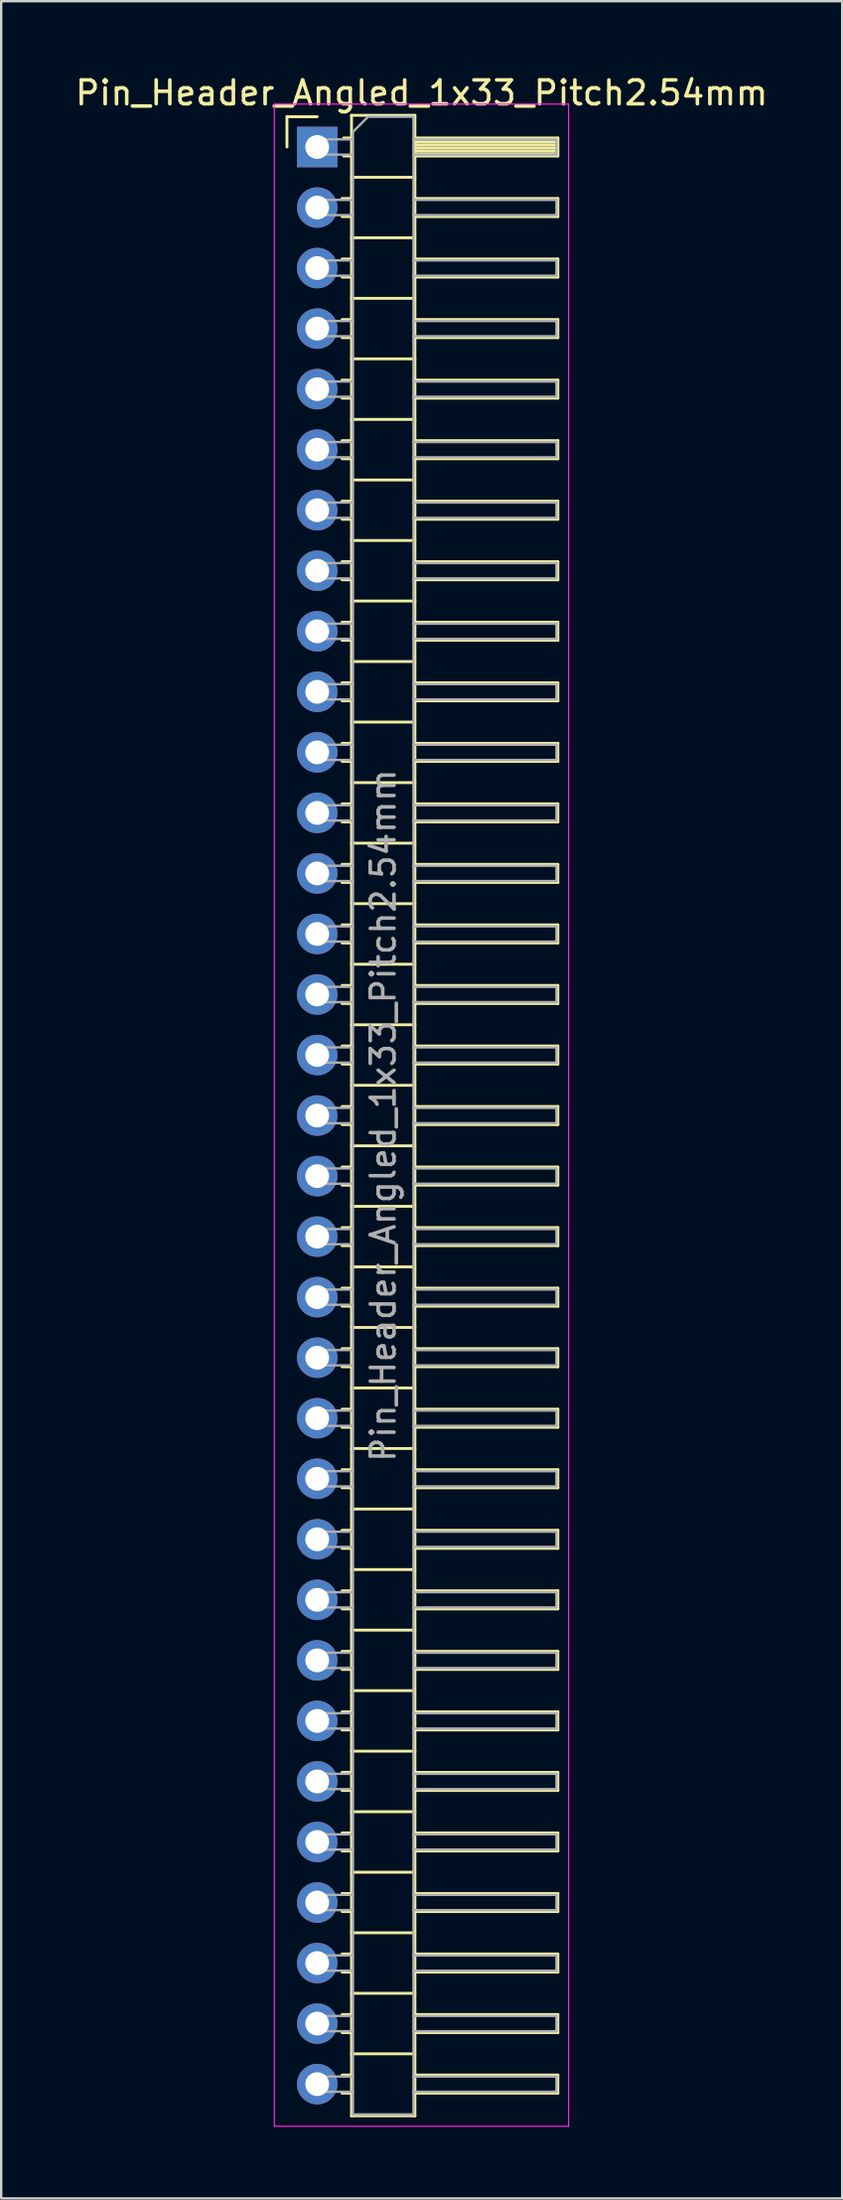
<source format=kicad_pcb>
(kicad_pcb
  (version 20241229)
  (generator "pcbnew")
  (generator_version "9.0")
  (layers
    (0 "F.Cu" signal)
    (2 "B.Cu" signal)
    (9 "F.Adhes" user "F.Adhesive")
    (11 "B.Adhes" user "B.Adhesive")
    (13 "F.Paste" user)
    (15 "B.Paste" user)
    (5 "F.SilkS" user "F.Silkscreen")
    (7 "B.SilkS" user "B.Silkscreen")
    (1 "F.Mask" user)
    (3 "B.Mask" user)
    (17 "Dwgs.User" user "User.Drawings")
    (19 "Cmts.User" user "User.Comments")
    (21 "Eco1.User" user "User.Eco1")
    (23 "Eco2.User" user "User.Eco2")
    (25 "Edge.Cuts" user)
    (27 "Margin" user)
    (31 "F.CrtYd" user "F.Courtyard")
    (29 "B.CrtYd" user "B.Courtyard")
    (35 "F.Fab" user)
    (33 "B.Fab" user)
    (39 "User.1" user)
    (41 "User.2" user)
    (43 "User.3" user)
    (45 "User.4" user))
  (footprint "Pin_Header_Angled_1x33_Pitch2.54mm"
    (layer "F.Cu")
    (at 10.264 3.118)
    (property "Reference" "Pin_Header_Angled_1x33_Pitch2.54mm" (at 4.385 -2.27 0) (layer "F.SilkS") (effects (font (size 1 1) (thickness 0.15))))
    (attr through_hole)
    (fp_line (start -1.27 -1.27) (end 0 -1.27) (stroke (width 0.12) (type solid)) (layer "F.SilkS"))
    (fp_line (start -1.27 0) (end -1.27 -1.27) (stroke (width 0.12) (type solid)) (layer "F.SilkS"))
    (fp_line (start 1.043 2.16) (end 1.44 2.16) (stroke (width 0.12) (type solid)) (layer "F.SilkS"))
    (fp_line (start 1.043 2.92) (end 1.44 2.92) (stroke (width 0.12) (type solid)) (layer "F.SilkS"))
    (fp_line (start 1.043 4.7) (end 1.44 4.7) (stroke (width 0.12) (type solid)) (layer "F.SilkS"))
    (fp_line (start 1.043 5.46) (end 1.44 5.46) (stroke (width 0.12) (type solid)) (layer "F.SilkS"))
    (fp_line (start 1.043 7.24) (end 1.44 7.24) (stroke (width 0.12) (type solid)) (layer "F.SilkS"))
    (fp_line (start 1.043 8) (end 1.44 8) (stroke (width 0.12) (type solid)) (layer "F.SilkS"))
    (fp_line (start 1.043 9.78) (end 1.44 9.78) (stroke (width 0.12) (type solid)) (layer "F.SilkS"))
    (fp_line (start 1.043 10.54) (end 1.44 10.54) (stroke (width 0.12) (type solid)) (layer "F.SilkS"))
    (fp_line (start 1.043 12.32) (end 1.44 12.32) (stroke (width 0.12) (type solid)) (layer "F.SilkS"))
    (fp_line (start 1.043 13.08) (end 1.44 13.08) (stroke (width 0.12) (type solid)) (layer "F.SilkS"))
    (fp_line (start 1.043 14.86) (end 1.44 14.86) (stroke (width 0.12) (type solid)) (layer "F.SilkS"))
    (fp_line (start 1.043 15.62) (end 1.44 15.62) (stroke (width 0.12) (type solid)) (layer "F.SilkS"))
    (fp_line (start 1.043 17.4) (end 1.44 17.4) (stroke (width 0.12) (type solid)) (layer "F.SilkS"))
    (fp_line (start 1.043 18.16) (end 1.44 18.16) (stroke (width 0.12) (type solid)) (layer "F.SilkS"))
    (fp_line (start 1.043 19.94) (end 1.44 19.94) (stroke (width 0.12) (type solid)) (layer "F.SilkS"))
    (fp_line (start 1.043 20.7) (end 1.44 20.7) (stroke (width 0.12) (type solid)) (layer "F.SilkS"))
    (fp_line (start 1.043 22.48) (end 1.44 22.48) (stroke (width 0.12) (type solid)) (layer "F.SilkS"))
    (fp_line (start 1.043 23.24) (end 1.44 23.24) (stroke (width 0.12) (type solid)) (layer "F.SilkS"))
    (fp_line (start 1.043 25.02) (end 1.44 25.02) (stroke (width 0.12) (type solid)) (layer "F.SilkS"))
    (fp_line (start 1.043 25.78) (end 1.44 25.78) (stroke (width 0.12) (type solid)) (layer "F.SilkS"))
    (fp_line (start 1.043 27.56) (end 1.44 27.56) (stroke (width 0.12) (type solid)) (layer "F.SilkS"))
    (fp_line (start 1.043 28.32) (end 1.44 28.32) (stroke (width 0.12) (type solid)) (layer "F.SilkS"))
    (fp_line (start 1.043 30.1) (end 1.44 30.1) (stroke (width 0.12) (type solid)) (layer "F.SilkS"))
    (fp_line (start 1.043 30.86) (end 1.44 30.86) (stroke (width 0.12) (type solid)) (layer "F.SilkS"))
    (fp_line (start 1.043 32.64) (end 1.44 32.64) (stroke (width 0.12) (type solid)) (layer "F.SilkS"))
    (fp_line (start 1.043 33.4) (end 1.44 33.4) (stroke (width 0.12) (type solid)) (layer "F.SilkS"))
    (fp_line (start 1.043 35.18) (end 1.44 35.18) (stroke (width 0.12) (type solid)) (layer "F.SilkS"))
    (fp_line (start 1.043 35.94) (end 1.44 35.94) (stroke (width 0.12) (type solid)) (layer "F.SilkS"))
    (fp_line (start 1.043 37.72) (end 1.44 37.72) (stroke (width 0.12) (type solid)) (layer "F.SilkS"))
    (fp_line (start 1.043 38.48) (end 1.44 38.48) (stroke (width 0.12) (type solid)) (layer "F.SilkS"))
    (fp_line (start 1.043 40.26) (end 1.44 40.26) (stroke (width 0.12) (type solid)) (layer "F.SilkS"))
    (fp_line (start 1.043 41.02) (end 1.44 41.02) (stroke (width 0.12) (type solid)) (layer "F.SilkS"))
    (fp_line (start 1.043 42.8) (end 1.44 42.8) (stroke (width 0.12) (type solid)) (layer "F.SilkS"))
    (fp_line (start 1.043 43.56) (end 1.44 43.56) (stroke (width 0.12) (type solid)) (layer "F.SilkS"))
    (fp_line (start 1.043 45.34) (end 1.44 45.34) (stroke (width 0.12) (type solid)) (layer "F.SilkS"))
    (fp_line (start 1.043 46.1) (end 1.44 46.1) (stroke (width 0.12) (type solid)) (layer "F.SilkS"))
    (fp_line (start 1.043 47.88) (end 1.44 47.88) (stroke (width 0.12) (type solid)) (layer "F.SilkS"))
    (fp_line (start 1.043 48.64) (end 1.44 48.64) (stroke (width 0.12) (type solid)) (layer "F.SilkS"))
    (fp_line (start 1.043 50.42) (end 1.44 50.42) (stroke (width 0.12) (type solid)) (layer "F.SilkS"))
    (fp_line (start 1.043 51.18) (end 1.44 51.18) (stroke (width 0.12) (type solid)) (layer "F.SilkS"))
    (fp_line (start 1.043 52.96) (end 1.44 52.96) (stroke (width 0.12) (type solid)) (layer "F.SilkS"))
    (fp_line (start 1.043 53.72) (end 1.44 53.72) (stroke (width 0.12) (type solid)) (layer "F.SilkS"))
    (fp_line (start 1.043 55.5) (end 1.44 55.5) (stroke (width 0.12) (type solid)) (layer "F.SilkS"))
    (fp_line (start 1.043 56.26) (end 1.44 56.26) (stroke (width 0.12) (type solid)) (layer "F.SilkS"))
    (fp_line (start 1.043 58.04) (end 1.44 58.04) (stroke (width 0.12) (type solid)) (layer "F.SilkS"))
    (fp_line (start 1.043 58.8) (end 1.44 58.8) (stroke (width 0.12) (type solid)) (layer "F.SilkS"))
    (fp_line (start 1.043 60.58) (end 1.44 60.58) (stroke (width 0.12) (type solid)) (layer "F.SilkS"))
    (fp_line (start 1.043 61.34) (end 1.44 61.34) (stroke (width 0.12) (type solid)) (layer "F.SilkS"))
    (fp_line (start 1.043 63.12) (end 1.44 63.12) (stroke (width 0.12) (type solid)) (layer "F.SilkS"))
    (fp_line (start 1.043 63.88) (end 1.44 63.88) (stroke (width 0.12) (type solid)) (layer "F.SilkS"))
    (fp_line (start 1.043 65.66) (end 1.44 65.66) (stroke (width 0.12) (type solid)) (layer "F.SilkS"))
    (fp_line (start 1.043 66.42) (end 1.44 66.42) (stroke (width 0.12) (type solid)) (layer "F.SilkS"))
    (fp_line (start 1.043 68.2) (end 1.44 68.2) (stroke (width 0.12) (type solid)) (layer "F.SilkS"))
    (fp_line (start 1.043 68.96) (end 1.44 68.96) (stroke (width 0.12) (type solid)) (layer "F.SilkS"))
    (fp_line (start 1.043 70.74) (end 1.44 70.74) (stroke (width 0.12) (type solid)) (layer "F.SilkS"))
    (fp_line (start 1.043 71.5) (end 1.44 71.5) (stroke (width 0.12) (type solid)) (layer "F.SilkS"))
    (fp_line (start 1.043 73.28) (end 1.44 73.28) (stroke (width 0.12) (type solid)) (layer "F.SilkS"))
    (fp_line (start 1.043 74.04) (end 1.44 74.04) (stroke (width 0.12) (type solid)) (layer "F.SilkS"))
    (fp_line (start 1.043 75.82) (end 1.44 75.82) (stroke (width 0.12) (type solid)) (layer "F.SilkS"))
    (fp_line (start 1.043 76.58) (end 1.44 76.58) (stroke (width 0.12) (type solid)) (layer "F.SilkS"))
    (fp_line (start 1.043 78.36) (end 1.44 78.36) (stroke (width 0.12) (type solid)) (layer "F.SilkS"))
    (fp_line (start 1.043 79.12) (end 1.44 79.12) (stroke (width 0.12) (type solid)) (layer "F.SilkS"))
    (fp_line (start 1.043 80.9) (end 1.44 80.9) (stroke (width 0.12) (type solid)) (layer "F.SilkS"))
    (fp_line (start 1.043 81.66) (end 1.44 81.66) (stroke (width 0.12) (type solid)) (layer "F.SilkS"))
    (fp_line (start 1.11 -0.38) (end 1.44 -0.38) (stroke (width 0.12) (type solid)) (layer "F.SilkS"))
    (fp_line (start 1.11 0.38) (end 1.44 0.38) (stroke (width 0.12) (type solid)) (layer "F.SilkS"))
    (fp_line (start 1.44 -1.33) (end 1.44 82.61) (stroke (width 0.12) (type solid)) (layer "F.SilkS"))
    (fp_line (start 1.44 1.27) (end 4.1 1.27) (stroke (width 0.12) (type solid)) (layer "F.SilkS"))
    (fp_line (start 1.44 3.81) (end 4.1 3.81) (stroke (width 0.12) (type solid)) (layer "F.SilkS"))
    (fp_line (start 1.44 6.35) (end 4.1 6.35) (stroke (width 0.12) (type solid)) (layer "F.SilkS"))
    (fp_line (start 1.44 8.89) (end 4.1 8.89) (stroke (width 0.12) (type solid)) (layer "F.SilkS"))
    (fp_line (start 1.44 11.43) (end 4.1 11.43) (stroke (width 0.12) (type solid)) (layer "F.SilkS"))
    (fp_line (start 1.44 13.97) (end 4.1 13.97) (stroke (width 0.12) (type solid)) (layer "F.SilkS"))
    (fp_line (start 1.44 16.51) (end 4.1 16.51) (stroke (width 0.12) (type solid)) (layer "F.SilkS"))
    (fp_line (start 1.44 19.05) (end 4.1 19.05) (stroke (width 0.12) (type solid)) (layer "F.SilkS"))
    (fp_line (start 1.44 21.59) (end 4.1 21.59) (stroke (width 0.12) (type solid)) (layer "F.SilkS"))
    (fp_line (start 1.44 24.13) (end 4.1 24.13) (stroke (width 0.12) (type solid)) (layer "F.SilkS"))
    (fp_line (start 1.44 26.67) (end 4.1 26.67) (stroke (width 0.12) (type solid)) (layer "F.SilkS"))
    (fp_line (start 1.44 29.21) (end 4.1 29.21) (stroke (width 0.12) (type solid)) (layer "F.SilkS"))
    (fp_line (start 1.44 31.75) (end 4.1 31.75) (stroke (width 0.12) (type solid)) (layer "F.SilkS"))
    (fp_line (start 1.44 34.29) (end 4.1 34.29) (stroke (width 0.12) (type solid)) (layer "F.SilkS"))
    (fp_line (start 1.44 36.83) (end 4.1 36.83) (stroke (width 0.12) (type solid)) (layer "F.SilkS"))
    (fp_line (start 1.44 39.37) (end 4.1 39.37) (stroke (width 0.12) (type solid)) (layer "F.SilkS"))
    (fp_line (start 1.44 41.91) (end 4.1 41.91) (stroke (width 0.12) (type solid)) (layer "F.SilkS"))
    (fp_line (start 1.44 44.45) (end 4.1 44.45) (stroke (width 0.12) (type solid)) (layer "F.SilkS"))
    (fp_line (start 1.44 46.99) (end 4.1 46.99) (stroke (width 0.12) (type solid)) (layer "F.SilkS"))
    (fp_line (start 1.44 49.53) (end 4.1 49.53) (stroke (width 0.12) (type solid)) (layer "F.SilkS"))
    (fp_line (start 1.44 52.07) (end 4.1 52.07) (stroke (width 0.12) (type solid)) (layer "F.SilkS"))
    (fp_line (start 1.44 54.61) (end 4.1 54.61) (stroke (width 0.12) (type solid)) (layer "F.SilkS"))
    (fp_line (start 1.44 57.15) (end 4.1 57.15) (stroke (width 0.12) (type solid)) (layer "F.SilkS"))
    (fp_line (start 1.44 59.69) (end 4.1 59.69) (stroke (width 0.12) (type solid)) (layer "F.SilkS"))
    (fp_line (start 1.44 62.23) (end 4.1 62.23) (stroke (width 0.12) (type solid)) (layer "F.SilkS"))
    (fp_line (start 1.44 64.77) (end 4.1 64.77) (stroke (width 0.12) (type solid)) (layer "F.SilkS"))
    (fp_line (start 1.44 67.31) (end 4.1 67.31) (stroke (width 0.12) (type solid)) (layer "F.SilkS"))
    (fp_line (start 1.44 69.85) (end 4.1 69.85) (stroke (width 0.12) (type solid)) (layer "F.SilkS"))
    (fp_line (start 1.44 72.39) (end 4.1 72.39) (stroke (width 0.12) (type solid)) (layer "F.SilkS"))
    (fp_line (start 1.44 74.93) (end 4.1 74.93) (stroke (width 0.12) (type solid)) (layer "F.SilkS"))
    (fp_line (start 1.44 77.47) (end 4.1 77.47) (stroke (width 0.12) (type solid)) (layer "F.SilkS"))
    (fp_line (start 1.44 80.01) (end 4.1 80.01) (stroke (width 0.12) (type solid)) (layer "F.SilkS"))
    (fp_line (start 1.44 82.61) (end 4.1 82.61) (stroke (width 0.12) (type solid)) (layer "F.SilkS"))
    (fp_line (start 4.1 -1.33) (end 1.44 -1.33) (stroke (width 0.12) (type solid)) (layer "F.SilkS"))
    (fp_line (start 4.1 -0.38) (end 10.1 -0.38) (stroke (width 0.12) (type solid)) (layer "F.SilkS"))
    (fp_line (start 4.1 -0.32) (end 10.1 -0.32) (stroke (width 0.12) (type solid)) (layer "F.SilkS"))
    (fp_line (start 4.1 -0.2) (end 10.1 -0.2) (stroke (width 0.12) (type solid)) (layer "F.SilkS"))
    (fp_line (start 4.1 -0.08) (end 10.1 -0.08) (stroke (width 0.12) (type solid)) (layer "F.SilkS"))
    (fp_line (start 4.1 0.04) (end 10.1 0.04) (stroke (width 0.12) (type solid)) (layer "F.SilkS"))
    (fp_line (start 4.1 0.16) (end 10.1 0.16) (stroke (width 0.12) (type solid)) (layer "F.SilkS"))
    (fp_line (start 4.1 0.28) (end 10.1 0.28) (stroke (width 0.12) (type solid)) (layer "F.SilkS"))
    (fp_line (start 4.1 2.16) (end 10.1 2.16) (stroke (width 0.12) (type solid)) (layer "F.SilkS"))
    (fp_line (start 4.1 4.7) (end 10.1 4.7) (stroke (width 0.12) (type solid)) (layer "F.SilkS"))
    (fp_line (start 4.1 7.24) (end 10.1 7.24) (stroke (width 0.12) (type solid)) (layer "F.SilkS"))
    (fp_line (start 4.1 9.78) (end 10.1 9.78) (stroke (width 0.12) (type solid)) (layer "F.SilkS"))
    (fp_line (start 4.1 12.32) (end 10.1 12.32) (stroke (width 0.12) (type solid)) (layer "F.SilkS"))
    (fp_line (start 4.1 14.86) (end 10.1 14.86) (stroke (width 0.12) (type solid)) (layer "F.SilkS"))
    (fp_line (start 4.1 17.4) (end 10.1 17.4) (stroke (width 0.12) (type solid)) (layer "F.SilkS"))
    (fp_line (start 4.1 19.94) (end 10.1 19.94) (stroke (width 0.12) (type solid)) (layer "F.SilkS"))
    (fp_line (start 4.1 22.48) (end 10.1 22.48) (stroke (width 0.12) (type solid)) (layer "F.SilkS"))
    (fp_line (start 4.1 25.02) (end 10.1 25.02) (stroke (width 0.12) (type solid)) (layer "F.SilkS"))
    (fp_line (start 4.1 27.56) (end 10.1 27.56) (stroke (width 0.12) (type solid)) (layer "F.SilkS"))
    (fp_line (start 4.1 30.1) (end 10.1 30.1) (stroke (width 0.12) (type solid)) (layer "F.SilkS"))
    (fp_line (start 4.1 32.64) (end 10.1 32.64) (stroke (width 0.12) (type solid)) (layer "F.SilkS"))
    (fp_line (start 4.1 35.18) (end 10.1 35.18) (stroke (width 0.12) (type solid)) (layer "F.SilkS"))
    (fp_line (start 4.1 37.72) (end 10.1 37.72) (stroke (width 0.12) (type solid)) (layer "F.SilkS"))
    (fp_line (start 4.1 40.26) (end 10.1 40.26) (stroke (width 0.12) (type solid)) (layer "F.SilkS"))
    (fp_line (start 4.1 42.8) (end 10.1 42.8) (stroke (width 0.12) (type solid)) (layer "F.SilkS"))
    (fp_line (start 4.1 45.34) (end 10.1 45.34) (stroke (width 0.12) (type solid)) (layer "F.SilkS"))
    (fp_line (start 4.1 47.88) (end 10.1 47.88) (stroke (width 0.12) (type solid)) (layer "F.SilkS"))
    (fp_line (start 4.1 50.42) (end 10.1 50.42) (stroke (width 0.12) (type solid)) (layer "F.SilkS"))
    (fp_line (start 4.1 52.96) (end 10.1 52.96) (stroke (width 0.12) (type solid)) (layer "F.SilkS"))
    (fp_line (start 4.1 55.5) (end 10.1 55.5) (stroke (width 0.12) (type solid)) (layer "F.SilkS"))
    (fp_line (start 4.1 58.04) (end 10.1 58.04) (stroke (width 0.12) (type solid)) (layer "F.SilkS"))
    (fp_line (start 4.1 60.58) (end 10.1 60.58) (stroke (width 0.12) (type solid)) (layer "F.SilkS"))
    (fp_line (start 4.1 63.12) (end 10.1 63.12) (stroke (width 0.12) (type solid)) (layer "F.SilkS"))
    (fp_line (start 4.1 65.66) (end 10.1 65.66) (stroke (width 0.12) (type solid)) (layer "F.SilkS"))
    (fp_line (start 4.1 68.2) (end 10.1 68.2) (stroke (width 0.12) (type solid)) (layer "F.SilkS"))
    (fp_line (start 4.1 70.74) (end 10.1 70.74) (stroke (width 0.12) (type solid)) (layer "F.SilkS"))
    (fp_line (start 4.1 73.28) (end 10.1 73.28) (stroke (width 0.12) (type solid)) (layer "F.SilkS"))
    (fp_line (start 4.1 75.82) (end 10.1 75.82) (stroke (width 0.12) (type solid)) (layer "F.SilkS"))
    (fp_line (start 4.1 78.36) (end 10.1 78.36) (stroke (width 0.12) (type solid)) (layer "F.SilkS"))
    (fp_line (start 4.1 80.9) (end 10.1 80.9) (stroke (width 0.12) (type solid)) (layer "F.SilkS"))
    (fp_line (start 4.1 82.61) (end 4.1 -1.33) (stroke (width 0.12) (type solid)) (layer "F.SilkS"))
    (fp_line (start 10.1 -0.38) (end 10.1 0.38) (stroke (width 0.12) (type solid)) (layer "F.SilkS"))
    (fp_line (start 10.1 0.38) (end 4.1 0.38) (stroke (width 0.12) (type solid)) (layer "F.SilkS"))
    (fp_line (start 10.1 2.16) (end 10.1 2.92) (stroke (width 0.12) (type solid)) (layer "F.SilkS"))
    (fp_line (start 10.1 2.92) (end 4.1 2.92) (stroke (width 0.12) (type solid)) (layer "F.SilkS"))
    (fp_line (start 10.1 4.7) (end 10.1 5.46) (stroke (width 0.12) (type solid)) (layer "F.SilkS"))
    (fp_line (start 10.1 5.46) (end 4.1 5.46) (stroke (width 0.12) (type solid)) (layer "F.SilkS"))
    (fp_line (start 10.1 7.24) (end 10.1 8) (stroke (width 0.12) (type solid)) (layer "F.SilkS"))
    (fp_line (start 10.1 8) (end 4.1 8) (stroke (width 0.12) (type solid)) (layer "F.SilkS"))
    (fp_line (start 10.1 9.78) (end 10.1 10.54) (stroke (width 0.12) (type solid)) (layer "F.SilkS"))
    (fp_line (start 10.1 10.54) (end 4.1 10.54) (stroke (width 0.12) (type solid)) (layer "F.SilkS"))
    (fp_line (start 10.1 12.32) (end 10.1 13.08) (stroke (width 0.12) (type solid)) (layer "F.SilkS"))
    (fp_line (start 10.1 13.08) (end 4.1 13.08) (stroke (width 0.12) (type solid)) (layer "F.SilkS"))
    (fp_line (start 10.1 14.86) (end 10.1 15.62) (stroke (width 0.12) (type solid)) (layer "F.SilkS"))
    (fp_line (start 10.1 15.62) (end 4.1 15.62) (stroke (width 0.12) (type solid)) (layer "F.SilkS"))
    (fp_line (start 10.1 17.4) (end 10.1 18.16) (stroke (width 0.12) (type solid)) (layer "F.SilkS"))
    (fp_line (start 10.1 18.16) (end 4.1 18.16) (stroke (width 0.12) (type solid)) (layer "F.SilkS"))
    (fp_line (start 10.1 19.94) (end 10.1 20.7) (stroke (width 0.12) (type solid)) (layer "F.SilkS"))
    (fp_line (start 10.1 20.7) (end 4.1 20.7) (stroke (width 0.12) (type solid)) (layer "F.SilkS"))
    (fp_line (start 10.1 22.48) (end 10.1 23.24) (stroke (width 0.12) (type solid)) (layer "F.SilkS"))
    (fp_line (start 10.1 23.24) (end 4.1 23.24) (stroke (width 0.12) (type solid)) (layer "F.SilkS"))
    (fp_line (start 10.1 25.02) (end 10.1 25.78) (stroke (width 0.12) (type solid)) (layer "F.SilkS"))
    (fp_line (start 10.1 25.78) (end 4.1 25.78) (stroke (width 0.12) (type solid)) (layer "F.SilkS"))
    (fp_line (start 10.1 27.56) (end 10.1 28.32) (stroke (width 0.12) (type solid)) (layer "F.SilkS"))
    (fp_line (start 10.1 28.32) (end 4.1 28.32) (stroke (width 0.12) (type solid)) (layer "F.SilkS"))
    (fp_line (start 10.1 30.1) (end 10.1 30.86) (stroke (width 0.12) (type solid)) (layer "F.SilkS"))
    (fp_line (start 10.1 30.86) (end 4.1 30.86) (stroke (width 0.12) (type solid)) (layer "F.SilkS"))
    (fp_line (start 10.1 32.64) (end 10.1 33.4) (stroke (width 0.12) (type solid)) (layer "F.SilkS"))
    (fp_line (start 10.1 33.4) (end 4.1 33.4) (stroke (width 0.12) (type solid)) (layer "F.SilkS"))
    (fp_line (start 10.1 35.18) (end 10.1 35.94) (stroke (width 0.12) (type solid)) (layer "F.SilkS"))
    (fp_line (start 10.1 35.94) (end 4.1 35.94) (stroke (width 0.12) (type solid)) (layer "F.SilkS"))
    (fp_line (start 10.1 37.72) (end 10.1 38.48) (stroke (width 0.12) (type solid)) (layer "F.SilkS"))
    (fp_line (start 10.1 38.48) (end 4.1 38.48) (stroke (width 0.12) (type solid)) (layer "F.SilkS"))
    (fp_line (start 10.1 40.26) (end 10.1 41.02) (stroke (width 0.12) (type solid)) (layer "F.SilkS"))
    (fp_line (start 10.1 41.02) (end 4.1 41.02) (stroke (width 0.12) (type solid)) (layer "F.SilkS"))
    (fp_line (start 10.1 42.8) (end 10.1 43.56) (stroke (width 0.12) (type solid)) (layer "F.SilkS"))
    (fp_line (start 10.1 43.56) (end 4.1 43.56) (stroke (width 0.12) (type solid)) (layer "F.SilkS"))
    (fp_line (start 10.1 45.34) (end 10.1 46.1) (stroke (width 0.12) (type solid)) (layer "F.SilkS"))
    (fp_line (start 10.1 46.1) (end 4.1 46.1) (stroke (width 0.12) (type solid)) (layer "F.SilkS"))
    (fp_line (start 10.1 47.88) (end 10.1 48.64) (stroke (width 0.12) (type solid)) (layer "F.SilkS"))
    (fp_line (start 10.1 48.64) (end 4.1 48.64) (stroke (width 0.12) (type solid)) (layer "F.SilkS"))
    (fp_line (start 10.1 50.42) (end 10.1 51.18) (stroke (width 0.12) (type solid)) (layer "F.SilkS"))
    (fp_line (start 10.1 51.18) (end 4.1 51.18) (stroke (width 0.12) (type solid)) (layer "F.SilkS"))
    (fp_line (start 10.1 52.96) (end 10.1 53.72) (stroke (width 0.12) (type solid)) (layer "F.SilkS"))
    (fp_line (start 10.1 53.72) (end 4.1 53.72) (stroke (width 0.12) (type solid)) (layer "F.SilkS"))
    (fp_line (start 10.1 55.5) (end 10.1 56.26) (stroke (width 0.12) (type solid)) (layer "F.SilkS"))
    (fp_line (start 10.1 56.26) (end 4.1 56.26) (stroke (width 0.12) (type solid)) (layer "F.SilkS"))
    (fp_line (start 10.1 58.04) (end 10.1 58.8) (stroke (width 0.12) (type solid)) (layer "F.SilkS"))
    (fp_line (start 10.1 58.8) (end 4.1 58.8) (stroke (width 0.12) (type solid)) (layer "F.SilkS"))
    (fp_line (start 10.1 60.58) (end 10.1 61.34) (stroke (width 0.12) (type solid)) (layer "F.SilkS"))
    (fp_line (start 10.1 61.34) (end 4.1 61.34) (stroke (width 0.12) (type solid)) (layer "F.SilkS"))
    (fp_line (start 10.1 63.12) (end 10.1 63.88) (stroke (width 0.12) (type solid)) (layer "F.SilkS"))
    (fp_line (start 10.1 63.88) (end 4.1 63.88) (stroke (width 0.12) (type solid)) (layer "F.SilkS"))
    (fp_line (start 10.1 65.66) (end 10.1 66.42) (stroke (width 0.12) (type solid)) (layer "F.SilkS"))
    (fp_line (start 10.1 66.42) (end 4.1 66.42) (stroke (width 0.12) (type solid)) (layer "F.SilkS"))
    (fp_line (start 10.1 68.2) (end 10.1 68.96) (stroke (width 0.12) (type solid)) (layer "F.SilkS"))
    (fp_line (start 10.1 68.96) (end 4.1 68.96) (stroke (width 0.12) (type solid)) (layer "F.SilkS"))
    (fp_line (start 10.1 70.74) (end 10.1 71.5) (stroke (width 0.12) (type solid)) (layer "F.SilkS"))
    (fp_line (start 10.1 71.5) (end 4.1 71.5) (stroke (width 0.12) (type solid)) (layer "F.SilkS"))
    (fp_line (start 10.1 73.28) (end 10.1 74.04) (stroke (width 0.12) (type solid)) (layer "F.SilkS"))
    (fp_line (start 10.1 74.04) (end 4.1 74.04) (stroke (width 0.12) (type solid)) (layer "F.SilkS"))
    (fp_line (start 10.1 75.82) (end 10.1 76.58) (stroke (width 0.12) (type solid)) (layer "F.SilkS"))
    (fp_line (start 10.1 76.58) (end 4.1 76.58) (stroke (width 0.12) (type solid)) (layer "F.SilkS"))
    (fp_line (start 10.1 78.36) (end 10.1 79.12) (stroke (width 0.12) (type solid)) (layer "F.SilkS"))
    (fp_line (start 10.1 79.12) (end 4.1 79.12) (stroke (width 0.12) (type solid)) (layer "F.SilkS"))
    (fp_line (start 10.1 80.9) (end 10.1 81.66) (stroke (width 0.12) (type solid)) (layer "F.SilkS"))
    (fp_line (start 10.1 81.66) (end 4.1 81.66) (stroke (width 0.12) (type solid)) (layer "F.SilkS"))
    (fp_line (start -1.8 -1.8) (end -1.8 83.05) (stroke (width 0.05) (type solid)) (layer "F.CrtYd"))
    (fp_line (start -1.8 83.05) (end 10.55 83.05) (stroke (width 0.05) (type solid)) (layer "F.CrtYd"))
    (fp_line (start 10.55 -1.8) (end -1.8 -1.8) (stroke (width 0.05) (type solid)) (layer "F.CrtYd"))
    (fp_line (start 10.55 83.05) (end 10.55 -1.8) (stroke (width 0.05) (type solid)) (layer "F.CrtYd"))
    (fp_line (start -0.32 -0.32) (end -0.32 0.32) (stroke (width 0.1) (type solid)) (layer "F.Fab"))
    (fp_line (start -0.32 -0.32) (end 1.5 -0.32) (stroke (width 0.1) (type solid)) (layer "F.Fab"))
    (fp_line (start -0.32 0.32) (end 1.5 0.32) (stroke (width 0.1) (type solid)) (layer "F.Fab"))
    (fp_line (start -0.32 2.22) (end -0.32 2.86) (stroke (width 0.1) (type solid)) (layer "F.Fab"))
    (fp_line (start -0.32 2.22) (end 1.5 2.22) (stroke (width 0.1) (type solid)) (layer "F.Fab"))
    (fp_line (start -0.32 2.86) (end 1.5 2.86) (stroke (width 0.1) (type solid)) (layer "F.Fab"))
    (fp_line (start -0.32 4.76) (end -0.32 5.4) (stroke (width 0.1) (type solid)) (layer "F.Fab"))
    (fp_line (start -0.32 4.76) (end 1.5 4.76) (stroke (width 0.1) (type solid)) (layer "F.Fab"))
    (fp_line (start -0.32 5.4) (end 1.5 5.4) (stroke (width 0.1) (type solid)) (layer "F.Fab"))
    (fp_line (start -0.32 7.3) (end -0.32 7.94) (stroke (width 0.1) (type solid)) (layer "F.Fab"))
    (fp_line (start -0.32 7.3) (end 1.5 7.3) (stroke (width 0.1) (type solid)) (layer "F.Fab"))
    (fp_line (start -0.32 7.94) (end 1.5 7.94) (stroke (width 0.1) (type solid)) (layer "F.Fab"))
    (fp_line (start -0.32 9.84) (end -0.32 10.48) (stroke (width 0.1) (type solid)) (layer "F.Fab"))
    (fp_line (start -0.32 9.84) (end 1.5 9.84) (stroke (width 0.1) (type solid)) (layer "F.Fab"))
    (fp_line (start -0.32 10.48) (end 1.5 10.48) (stroke (width 0.1) (type solid)) (layer "F.Fab"))
    (fp_line (start -0.32 12.38) (end -0.32 13.02) (stroke (width 0.1) (type solid)) (layer "F.Fab"))
    (fp_line (start -0.32 12.38) (end 1.5 12.38) (stroke (width 0.1) (type solid)) (layer "F.Fab"))
    (fp_line (start -0.32 13.02) (end 1.5 13.02) (stroke (width 0.1) (type solid)) (layer "F.Fab"))
    (fp_line (start -0.32 14.92) (end -0.32 15.56) (stroke (width 0.1) (type solid)) (layer "F.Fab"))
    (fp_line (start -0.32 14.92) (end 1.5 14.92) (stroke (width 0.1) (type solid)) (layer "F.Fab"))
    (fp_line (start -0.32 15.56) (end 1.5 15.56) (stroke (width 0.1) (type solid)) (layer "F.Fab"))
    (fp_line (start -0.32 17.46) (end -0.32 18.1) (stroke (width 0.1) (type solid)) (layer "F.Fab"))
    (fp_line (start -0.32 17.46) (end 1.5 17.46) (stroke (width 0.1) (type solid)) (layer "F.Fab"))
    (fp_line (start -0.32 18.1) (end 1.5 18.1) (stroke (width 0.1) (type solid)) (layer "F.Fab"))
    (fp_line (start -0.32 20) (end -0.32 20.64) (stroke (width 0.1) (type solid)) (layer "F.Fab"))
    (fp_line (start -0.32 20) (end 1.5 20) (stroke (width 0.1) (type solid)) (layer "F.Fab"))
    (fp_line (start -0.32 20.64) (end 1.5 20.64) (stroke (width 0.1) (type solid)) (layer "F.Fab"))
    (fp_line (start -0.32 22.54) (end -0.32 23.18) (stroke (width 0.1) (type solid)) (layer "F.Fab"))
    (fp_line (start -0.32 22.54) (end 1.5 22.54) (stroke (width 0.1) (type solid)) (layer "F.Fab"))
    (fp_line (start -0.32 23.18) (end 1.5 23.18) (stroke (width 0.1) (type solid)) (layer "F.Fab"))
    (fp_line (start -0.32 25.08) (end -0.32 25.72) (stroke (width 0.1) (type solid)) (layer "F.Fab"))
    (fp_line (start -0.32 25.08) (end 1.5 25.08) (stroke (width 0.1) (type solid)) (layer "F.Fab"))
    (fp_line (start -0.32 25.72) (end 1.5 25.72) (stroke (width 0.1) (type solid)) (layer "F.Fab"))
    (fp_line (start -0.32 27.62) (end -0.32 28.26) (stroke (width 0.1) (type solid)) (layer "F.Fab"))
    (fp_line (start -0.32 27.62) (end 1.5 27.62) (stroke (width 0.1) (type solid)) (layer "F.Fab"))
    (fp_line (start -0.32 28.26) (end 1.5 28.26) (stroke (width 0.1) (type solid)) (layer "F.Fab"))
    (fp_line (start -0.32 30.16) (end -0.32 30.8) (stroke (width 0.1) (type solid)) (layer "F.Fab"))
    (fp_line (start -0.32 30.16) (end 1.5 30.16) (stroke (width 0.1) (type solid)) (layer "F.Fab"))
    (fp_line (start -0.32 30.8) (end 1.5 30.8) (stroke (width 0.1) (type solid)) (layer "F.Fab"))
    (fp_line (start -0.32 32.7) (end -0.32 33.34) (stroke (width 0.1) (type solid)) (layer "F.Fab"))
    (fp_line (start -0.32 32.7) (end 1.5 32.7) (stroke (width 0.1) (type solid)) (layer "F.Fab"))
    (fp_line (start -0.32 33.34) (end 1.5 33.34) (stroke (width 0.1) (type solid)) (layer "F.Fab"))
    (fp_line (start -0.32 35.24) (end -0.32 35.88) (stroke (width 0.1) (type solid)) (layer "F.Fab"))
    (fp_line (start -0.32 35.24) (end 1.5 35.24) (stroke (width 0.1) (type solid)) (layer "F.Fab"))
    (fp_line (start -0.32 35.88) (end 1.5 35.88) (stroke (width 0.1) (type solid)) (layer "F.Fab"))
    (fp_line (start -0.32 37.78) (end -0.32 38.42) (stroke (width 0.1) (type solid)) (layer "F.Fab"))
    (fp_line (start -0.32 37.78) (end 1.5 37.78) (stroke (width 0.1) (type solid)) (layer "F.Fab"))
    (fp_line (start -0.32 38.42) (end 1.5 38.42) (stroke (width 0.1) (type solid)) (layer "F.Fab"))
    (fp_line (start -0.32 40.32) (end -0.32 40.96) (stroke (width 0.1) (type solid)) (layer "F.Fab"))
    (fp_line (start -0.32 40.32) (end 1.5 40.32) (stroke (width 0.1) (type solid)) (layer "F.Fab"))
    (fp_line (start -0.32 40.96) (end 1.5 40.96) (stroke (width 0.1) (type solid)) (layer "F.Fab"))
    (fp_line (start -0.32 42.86) (end -0.32 43.5) (stroke (width 0.1) (type solid)) (layer "F.Fab"))
    (fp_line (start -0.32 42.86) (end 1.5 42.86) (stroke (width 0.1) (type solid)) (layer "F.Fab"))
    (fp_line (start -0.32 43.5) (end 1.5 43.5) (stroke (width 0.1) (type solid)) (layer "F.Fab"))
    (fp_line (start -0.32 45.4) (end -0.32 46.04) (stroke (width 0.1) (type solid)) (layer "F.Fab"))
    (fp_line (start -0.32 45.4) (end 1.5 45.4) (stroke (width 0.1) (type solid)) (layer "F.Fab"))
    (fp_line (start -0.32 46.04) (end 1.5 46.04) (stroke (width 0.1) (type solid)) (layer "F.Fab"))
    (fp_line (start -0.32 47.94) (end -0.32 48.58) (stroke (width 0.1) (type solid)) (layer "F.Fab"))
    (fp_line (start -0.32 47.94) (end 1.5 47.94) (stroke (width 0.1) (type solid)) (layer "F.Fab"))
    (fp_line (start -0.32 48.58) (end 1.5 48.58) (stroke (width 0.1) (type solid)) (layer "F.Fab"))
    (fp_line (start -0.32 50.48) (end -0.32 51.12) (stroke (width 0.1) (type solid)) (layer "F.Fab"))
    (fp_line (start -0.32 50.48) (end 1.5 50.48) (stroke (width 0.1) (type solid)) (layer "F.Fab"))
    (fp_line (start -0.32 51.12) (end 1.5 51.12) (stroke (width 0.1) (type solid)) (layer "F.Fab"))
    (fp_line (start -0.32 53.02) (end -0.32 53.66) (stroke (width 0.1) (type solid)) (layer "F.Fab"))
    (fp_line (start -0.32 53.02) (end 1.5 53.02) (stroke (width 0.1) (type solid)) (layer "F.Fab"))
    (fp_line (start -0.32 53.66) (end 1.5 53.66) (stroke (width 0.1) (type solid)) (layer "F.Fab"))
    (fp_line (start -0.32 55.56) (end -0.32 56.2) (stroke (width 0.1) (type solid)) (layer "F.Fab"))
    (fp_line (start -0.32 55.56) (end 1.5 55.56) (stroke (width 0.1) (type solid)) (layer "F.Fab"))
    (fp_line (start -0.32 56.2) (end 1.5 56.2) (stroke (width 0.1) (type solid)) (layer "F.Fab"))
    (fp_line (start -0.32 58.1) (end -0.32 58.74) (stroke (width 0.1) (type solid)) (layer "F.Fab"))
    (fp_line (start -0.32 58.1) (end 1.5 58.1) (stroke (width 0.1) (type solid)) (layer "F.Fab"))
    (fp_line (start -0.32 58.74) (end 1.5 58.74) (stroke (width 0.1) (type solid)) (layer "F.Fab"))
    (fp_line (start -0.32 60.64) (end -0.32 61.28) (stroke (width 0.1) (type solid)) (layer "F.Fab"))
    (fp_line (start -0.32 60.64) (end 1.5 60.64) (stroke (width 0.1) (type solid)) (layer "F.Fab"))
    (fp_line (start -0.32 61.28) (end 1.5 61.28) (stroke (width 0.1) (type solid)) (layer "F.Fab"))
    (fp_line (start -0.32 63.18) (end -0.32 63.82) (stroke (width 0.1) (type solid)) (layer "F.Fab"))
    (fp_line (start -0.32 63.18) (end 1.5 63.18) (stroke (width 0.1) (type solid)) (layer "F.Fab"))
    (fp_line (start -0.32 63.82) (end 1.5 63.82) (stroke (width 0.1) (type solid)) (layer "F.Fab"))
    (fp_line (start -0.32 65.72) (end -0.32 66.36) (stroke (width 0.1) (type solid)) (layer "F.Fab"))
    (fp_line (start -0.32 65.72) (end 1.5 65.72) (stroke (width 0.1) (type solid)) (layer "F.Fab"))
    (fp_line (start -0.32 66.36) (end 1.5 66.36) (stroke (width 0.1) (type solid)) (layer "F.Fab"))
    (fp_line (start -0.32 68.26) (end -0.32 68.9) (stroke (width 0.1) (type solid)) (layer "F.Fab"))
    (fp_line (start -0.32 68.26) (end 1.5 68.26) (stroke (width 0.1) (type solid)) (layer "F.Fab"))
    (fp_line (start -0.32 68.9) (end 1.5 68.9) (stroke (width 0.1) (type solid)) (layer "F.Fab"))
    (fp_line (start -0.32 70.8) (end -0.32 71.44) (stroke (width 0.1) (type solid)) (layer "F.Fab"))
    (fp_line (start -0.32 70.8) (end 1.5 70.8) (stroke (width 0.1) (type solid)) (layer "F.Fab"))
    (fp_line (start -0.32 71.44) (end 1.5 71.44) (stroke (width 0.1) (type solid)) (layer "F.Fab"))
    (fp_line (start -0.32 73.34) (end -0.32 73.98) (stroke (width 0.1) (type solid)) (layer "F.Fab"))
    (fp_line (start -0.32 73.34) (end 1.5 73.34) (stroke (width 0.1) (type solid)) (layer "F.Fab"))
    (fp_line (start -0.32 73.98) (end 1.5 73.98) (stroke (width 0.1) (type solid)) (layer "F.Fab"))
    (fp_line (start -0.32 75.88) (end -0.32 76.52) (stroke (width 0.1) (type solid)) (layer "F.Fab"))
    (fp_line (start -0.32 75.88) (end 1.5 75.88) (stroke (width 0.1) (type solid)) (layer "F.Fab"))
    (fp_line (start -0.32 76.52) (end 1.5 76.52) (stroke (width 0.1) (type solid)) (layer "F.Fab"))
    (fp_line (start -0.32 78.42) (end -0.32 79.06) (stroke (width 0.1) (type solid)) (layer "F.Fab"))
    (fp_line (start -0.32 78.42) (end 1.5 78.42) (stroke (width 0.1) (type solid)) (layer "F.Fab"))
    (fp_line (start -0.32 79.06) (end 1.5 79.06) (stroke (width 0.1) (type solid)) (layer "F.Fab"))
    (fp_line (start -0.32 80.96) (end -0.32 81.6) (stroke (width 0.1) (type solid)) (layer "F.Fab"))
    (fp_line (start -0.32 80.96) (end 1.5 80.96) (stroke (width 0.1) (type solid)) (layer "F.Fab"))
    (fp_line (start -0.32 81.6) (end 1.5 81.6) (stroke (width 0.1) (type solid)) (layer "F.Fab"))
    (fp_line (start 1.5 -0.635) (end 2.135 -1.27) (stroke (width 0.1) (type solid)) (layer "F.Fab"))
    (fp_line (start 1.5 82.55) (end 1.5 -0.635) (stroke (width 0.1) (type solid)) (layer "F.Fab"))
    (fp_line (start 2.135 -1.27) (end 4.04 -1.27) (stroke (width 0.1) (type solid)) (layer "F.Fab"))
    (fp_line (start 4.04 -1.27) (end 4.04 82.55) (stroke (width 0.1) (type solid)) (layer "F.Fab"))
    (fp_line (start 4.04 -0.32) (end 10.04 -0.32) (stroke (width 0.1) (type solid)) (layer "F.Fab"))
    (fp_line (start 4.04 0.32) (end 10.04 0.32) (stroke (width 0.1) (type solid)) (layer "F.Fab"))
    (fp_line (start 4.04 2.22) (end 10.04 2.22) (stroke (width 0.1) (type solid)) (layer "F.Fab"))
    (fp_line (start 4.04 2.86) (end 10.04 2.86) (stroke (width 0.1) (type solid)) (layer "F.Fab"))
    (fp_line (start 4.04 4.76) (end 10.04 4.76) (stroke (width 0.1) (type solid)) (layer "F.Fab"))
    (fp_line (start 4.04 5.4) (end 10.04 5.4) (stroke (width 0.1) (type solid)) (layer "F.Fab"))
    (fp_line (start 4.04 7.3) (end 10.04 7.3) (stroke (width 0.1) (type solid)) (layer "F.Fab"))
    (fp_line (start 4.04 7.94) (end 10.04 7.94) (stroke (width 0.1) (type solid)) (layer "F.Fab"))
    (fp_line (start 4.04 9.84) (end 10.04 9.84) (stroke (width 0.1) (type solid)) (layer "F.Fab"))
    (fp_line (start 4.04 10.48) (end 10.04 10.48) (stroke (width 0.1) (type solid)) (layer "F.Fab"))
    (fp_line (start 4.04 12.38) (end 10.04 12.38) (stroke (width 0.1) (type solid)) (layer "F.Fab"))
    (fp_line (start 4.04 13.02) (end 10.04 13.02) (stroke (width 0.1) (type solid)) (layer "F.Fab"))
    (fp_line (start 4.04 14.92) (end 10.04 14.92) (stroke (width 0.1) (type solid)) (layer "F.Fab"))
    (fp_line (start 4.04 15.56) (end 10.04 15.56) (stroke (width 0.1) (type solid)) (layer "F.Fab"))
    (fp_line (start 4.04 17.46) (end 10.04 17.46) (stroke (width 0.1) (type solid)) (layer "F.Fab"))
    (fp_line (start 4.04 18.1) (end 10.04 18.1) (stroke (width 0.1) (type solid)) (layer "F.Fab"))
    (fp_line (start 4.04 20) (end 10.04 20) (stroke (width 0.1) (type solid)) (layer "F.Fab"))
    (fp_line (start 4.04 20.64) (end 10.04 20.64) (stroke (width 0.1) (type solid)) (layer "F.Fab"))
    (fp_line (start 4.04 22.54) (end 10.04 22.54) (stroke (width 0.1) (type solid)) (layer "F.Fab"))
    (fp_line (start 4.04 23.18) (end 10.04 23.18) (stroke (width 0.1) (type solid)) (layer "F.Fab"))
    (fp_line (start 4.04 25.08) (end 10.04 25.08) (stroke (width 0.1) (type solid)) (layer "F.Fab"))
    (fp_line (start 4.04 25.72) (end 10.04 25.72) (stroke (width 0.1) (type solid)) (layer "F.Fab"))
    (fp_line (start 4.04 27.62) (end 10.04 27.62) (stroke (width 0.1) (type solid)) (layer "F.Fab"))
    (fp_line (start 4.04 28.26) (end 10.04 28.26) (stroke (width 0.1) (type solid)) (layer "F.Fab"))
    (fp_line (start 4.04 30.16) (end 10.04 30.16) (stroke (width 0.1) (type solid)) (layer "F.Fab"))
    (fp_line (start 4.04 30.8) (end 10.04 30.8) (stroke (width 0.1) (type solid)) (layer "F.Fab"))
    (fp_line (start 4.04 32.7) (end 10.04 32.7) (stroke (width 0.1) (type solid)) (layer "F.Fab"))
    (fp_line (start 4.04 33.34) (end 10.04 33.34) (stroke (width 0.1) (type solid)) (layer "F.Fab"))
    (fp_line (start 4.04 35.24) (end 10.04 35.24) (stroke (width 0.1) (type solid)) (layer "F.Fab"))
    (fp_line (start 4.04 35.88) (end 10.04 35.88) (stroke (width 0.1) (type solid)) (layer "F.Fab"))
    (fp_line (start 4.04 37.78) (end 10.04 37.78) (stroke (width 0.1) (type solid)) (layer "F.Fab"))
    (fp_line (start 4.04 38.42) (end 10.04 38.42) (stroke (width 0.1) (type solid)) (layer "F.Fab"))
    (fp_line (start 4.04 40.32) (end 10.04 40.32) (stroke (width 0.1) (type solid)) (layer "F.Fab"))
    (fp_line (start 4.04 40.96) (end 10.04 40.96) (stroke (width 0.1) (type solid)) (layer "F.Fab"))
    (fp_line (start 4.04 42.86) (end 10.04 42.86) (stroke (width 0.1) (type solid)) (layer "F.Fab"))
    (fp_line (start 4.04 43.5) (end 10.04 43.5) (stroke (width 0.1) (type solid)) (layer "F.Fab"))
    (fp_line (start 4.04 45.4) (end 10.04 45.4) (stroke (width 0.1) (type solid)) (layer "F.Fab"))
    (fp_line (start 4.04 46.04) (end 10.04 46.04) (stroke (width 0.1) (type solid)) (layer "F.Fab"))
    (fp_line (start 4.04 47.94) (end 10.04 47.94) (stroke (width 0.1) (type solid)) (layer "F.Fab"))
    (fp_line (start 4.04 48.58) (end 10.04 48.58) (stroke (width 0.1) (type solid)) (layer "F.Fab"))
    (fp_line (start 4.04 50.48) (end 10.04 50.48) (stroke (width 0.1) (type solid)) (layer "F.Fab"))
    (fp_line (start 4.04 51.12) (end 10.04 51.12) (stroke (width 0.1) (type solid)) (layer "F.Fab"))
    (fp_line (start 4.04 53.02) (end 10.04 53.02) (stroke (width 0.1) (type solid)) (layer "F.Fab"))
    (fp_line (start 4.04 53.66) (end 10.04 53.66) (stroke (width 0.1) (type solid)) (layer "F.Fab"))
    (fp_line (start 4.04 55.56) (end 10.04 55.56) (stroke (width 0.1) (type solid)) (layer "F.Fab"))
    (fp_line (start 4.04 56.2) (end 10.04 56.2) (stroke (width 0.1) (type solid)) (layer "F.Fab"))
    (fp_line (start 4.04 58.1) (end 10.04 58.1) (stroke (width 0.1) (type solid)) (layer "F.Fab"))
    (fp_line (start 4.04 58.74) (end 10.04 58.74) (stroke (width 0.1) (type solid)) (layer "F.Fab"))
    (fp_line (start 4.04 60.64) (end 10.04 60.64) (stroke (width 0.1) (type solid)) (layer "F.Fab"))
    (fp_line (start 4.04 61.28) (end 10.04 61.28) (stroke (width 0.1) (type solid)) (layer "F.Fab"))
    (fp_line (start 4.04 63.18) (end 10.04 63.18) (stroke (width 0.1) (type solid)) (layer "F.Fab"))
    (fp_line (start 4.04 63.82) (end 10.04 63.82) (stroke (width 0.1) (type solid)) (layer "F.Fab"))
    (fp_line (start 4.04 65.72) (end 10.04 65.72) (stroke (width 0.1) (type solid)) (layer "F.Fab"))
    (fp_line (start 4.04 66.36) (end 10.04 66.36) (stroke (width 0.1) (type solid)) (layer "F.Fab"))
    (fp_line (start 4.04 68.26) (end 10.04 68.26) (stroke (width 0.1) (type solid)) (layer "F.Fab"))
    (fp_line (start 4.04 68.9) (end 10.04 68.9) (stroke (width 0.1) (type solid)) (layer "F.Fab"))
    (fp_line (start 4.04 70.8) (end 10.04 70.8) (stroke (width 0.1) (type solid)) (layer "F.Fab"))
    (fp_line (start 4.04 71.44) (end 10.04 71.44) (stroke (width 0.1) (type solid)) (layer "F.Fab"))
    (fp_line (start 4.04 73.34) (end 10.04 73.34) (stroke (width 0.1) (type solid)) (layer "F.Fab"))
    (fp_line (start 4.04 73.98) (end 10.04 73.98) (stroke (width 0.1) (type solid)) (layer "F.Fab"))
    (fp_line (start 4.04 75.88) (end 10.04 75.88) (stroke (width 0.1) (type solid)) (layer "F.Fab"))
    (fp_line (start 4.04 76.52) (end 10.04 76.52) (stroke (width 0.1) (type solid)) (layer "F.Fab"))
    (fp_line (start 4.04 78.42) (end 10.04 78.42) (stroke (width 0.1) (type solid)) (layer "F.Fab"))
    (fp_line (start 4.04 79.06) (end 10.04 79.06) (stroke (width 0.1) (type solid)) (layer "F.Fab"))
    (fp_line (start 4.04 80.96) (end 10.04 80.96) (stroke (width 0.1) (type solid)) (layer "F.Fab"))
    (fp_line (start 4.04 81.6) (end 10.04 81.6) (stroke (width 0.1) (type solid)) (layer "F.Fab"))
    (fp_line (start 4.04 82.55) (end 1.5 82.55) (stroke (width 0.1) (type solid)) (layer "F.Fab"))
    (fp_line (start 10.04 -0.32) (end 10.04 0.32) (stroke (width 0.1) (type solid)) (layer "F.Fab"))
    (fp_line (start 10.04 2.22) (end 10.04 2.86) (stroke (width 0.1) (type solid)) (layer "F.Fab"))
    (fp_line (start 10.04 4.76) (end 10.04 5.4) (stroke (width 0.1) (type solid)) (layer "F.Fab"))
    (fp_line (start 10.04 7.3) (end 10.04 7.94) (stroke (width 0.1) (type solid)) (layer "F.Fab"))
    (fp_line (start 10.04 9.84) (end 10.04 10.48) (stroke (width 0.1) (type solid)) (layer "F.Fab"))
    (fp_line (start 10.04 12.38) (end 10.04 13.02) (stroke (width 0.1) (type solid)) (layer "F.Fab"))
    (fp_line (start 10.04 14.92) (end 10.04 15.56) (stroke (width 0.1) (type solid)) (layer "F.Fab"))
    (fp_line (start 10.04 17.46) (end 10.04 18.1) (stroke (width 0.1) (type solid)) (layer "F.Fab"))
    (fp_line (start 10.04 20) (end 10.04 20.64) (stroke (width 0.1) (type solid)) (layer "F.Fab"))
    (fp_line (start 10.04 22.54) (end 10.04 23.18) (stroke (width 0.1) (type solid)) (layer "F.Fab"))
    (fp_line (start 10.04 25.08) (end 10.04 25.72) (stroke (width 0.1) (type solid)) (layer "F.Fab"))
    (fp_line (start 10.04 27.62) (end 10.04 28.26) (stroke (width 0.1) (type solid)) (layer "F.Fab"))
    (fp_line (start 10.04 30.16) (end 10.04 30.8) (stroke (width 0.1) (type solid)) (layer "F.Fab"))
    (fp_line (start 10.04 32.7) (end 10.04 33.34) (stroke (width 0.1) (type solid)) (layer "F.Fab"))
    (fp_line (start 10.04 35.24) (end 10.04 35.88) (stroke (width 0.1) (type solid)) (layer "F.Fab"))
    (fp_line (start 10.04 37.78) (end 10.04 38.42) (stroke (width 0.1) (type solid)) (layer "F.Fab"))
    (fp_line (start 10.04 40.32) (end 10.04 40.96) (stroke (width 0.1) (type solid)) (layer "F.Fab"))
    (fp_line (start 10.04 42.86) (end 10.04 43.5) (stroke (width 0.1) (type solid)) (layer "F.Fab"))
    (fp_line (start 10.04 45.4) (end 10.04 46.04) (stroke (width 0.1) (type solid)) (layer "F.Fab"))
    (fp_line (start 10.04 47.94) (end 10.04 48.58) (stroke (width 0.1) (type solid)) (layer "F.Fab"))
    (fp_line (start 10.04 50.48) (end 10.04 51.12) (stroke (width 0.1) (type solid)) (layer "F.Fab"))
    (fp_line (start 10.04 53.02) (end 10.04 53.66) (stroke (width 0.1) (type solid)) (layer "F.Fab"))
    (fp_line (start 10.04 55.56) (end 10.04 56.2) (stroke (width 0.1) (type solid)) (layer "F.Fab"))
    (fp_line (start 10.04 58.1) (end 10.04 58.74) (stroke (width 0.1) (type solid)) (layer "F.Fab"))
    (fp_line (start 10.04 60.64) (end 10.04 61.28) (stroke (width 0.1) (type solid)) (layer "F.Fab"))
    (fp_line (start 10.04 63.18) (end 10.04 63.82) (stroke (width 0.1) (type solid)) (layer "F.Fab"))
    (fp_line (start 10.04 65.72) (end 10.04 66.36) (stroke (width 0.1) (type solid)) (layer "F.Fab"))
    (fp_line (start 10.04 68.26) (end 10.04 68.9) (stroke (width 0.1) (type solid)) (layer "F.Fab"))
    (fp_line (start 10.04 70.8) (end 10.04 71.44) (stroke (width 0.1) (type solid)) (layer "F.Fab"))
    (fp_line (start 10.04 73.34) (end 10.04 73.98) (stroke (width 0.1) (type solid)) (layer "F.Fab"))
    (fp_line (start 10.04 75.88) (end 10.04 76.52) (stroke (width 0.1) (type solid)) (layer "F.Fab"))
    (fp_line (start 10.04 78.42) (end 10.04 79.06) (stroke (width 0.1) (type solid)) (layer "F.Fab"))
    (fp_line (start 10.04 80.96) (end 10.04 81.6) (stroke (width 0.1) (type solid)) (layer "F.Fab"))
    (fp_text user "${REFERENCE}" (at 2.77 40.64 90) (layer "F.Fab") (effects (font (size 1 1) (thickness 0.15))))
    (pad "1" thru_hole rect (at 0 0) (size 1.7 1.7) (drill 1) (layers "*.Cu" "*.Mask"))
    (pad "2" thru_hole oval (at 0 2.54) (size 1.7 1.7) (drill 1) (layers "*.Cu" "*.Mask"))
    (pad "3" thru_hole oval (at 0 5.08) (size 1.7 1.7) (drill 1) (layers "*.Cu" "*.Mask"))
    (pad "4" thru_hole oval (at 0 7.62) (size 1.7 1.7) (drill 1) (layers "*.Cu" "*.Mask"))
    (pad "5" thru_hole oval (at 0 10.16) (size 1.7 1.7) (drill 1) (layers "*.Cu" "*.Mask"))
    (pad "6" thru_hole oval (at 0 12.7) (size 1.7 1.7) (drill 1) (layers "*.Cu" "*.Mask"))
    (pad "7" thru_hole oval (at 0 15.24) (size 1.7 1.7) (drill 1) (layers "*.Cu" "*.Mask"))
    (pad "8" thru_hole oval (at 0 17.78) (size 1.7 1.7) (drill 1) (layers "*.Cu" "*.Mask"))
    (pad "9" thru_hole oval (at 0 20.32) (size 1.7 1.7) (drill 1) (layers "*.Cu" "*.Mask"))
    (pad "10" thru_hole oval (at 0 22.86) (size 1.7 1.7) (drill 1) (layers "*.Cu" "*.Mask"))
    (pad "11" thru_hole oval (at 0 25.4) (size 1.7 1.7) (drill 1) (layers "*.Cu" "*.Mask"))
    (pad "12" thru_hole oval (at 0 27.94) (size 1.7 1.7) (drill 1) (layers "*.Cu" "*.Mask"))
    (pad "13" thru_hole oval (at 0 30.48) (size 1.7 1.7) (drill 1) (layers "*.Cu" "*.Mask"))
    (pad "14" thru_hole oval (at 0 33.02) (size 1.7 1.7) (drill 1) (layers "*.Cu" "*.Mask"))
    (pad "15" thru_hole oval (at 0 35.56) (size 1.7 1.7) (drill 1) (layers "*.Cu" "*.Mask"))
    (pad "16" thru_hole oval (at 0 38.1) (size 1.7 1.7) (drill 1) (layers "*.Cu" "*.Mask"))
    (pad "17" thru_hole oval (at 0 40.64) (size 1.7 1.7) (drill 1) (layers "*.Cu" "*.Mask"))
    (pad "18" thru_hole oval (at 0 43.18) (size 1.7 1.7) (drill 1) (layers "*.Cu" "*.Mask"))
    (pad "19" thru_hole oval (at 0 45.72) (size 1.7 1.7) (drill 1) (layers "*.Cu" "*.Mask"))
    (pad "20" thru_hole oval (at 0 48.26) (size 1.7 1.7) (drill 1) (layers "*.Cu" "*.Mask"))
    (pad "21" thru_hole oval (at 0 50.8) (size 1.7 1.7) (drill 1) (layers "*.Cu" "*.Mask"))
    (pad "22" thru_hole oval (at 0 53.34) (size 1.7 1.7) (drill 1) (layers "*.Cu" "*.Mask"))
    (pad "23" thru_hole oval (at 0 55.88) (size 1.7 1.7) (drill 1) (layers "*.Cu" "*.Mask"))
    (pad "24" thru_hole oval (at 0 58.42) (size 1.7 1.7) (drill 1) (layers "*.Cu" "*.Mask"))
    (pad "25" thru_hole oval (at 0 60.96) (size 1.7 1.7) (drill 1) (layers "*.Cu" "*.Mask"))
    (pad "26" thru_hole oval (at 0 63.5) (size 1.7 1.7) (drill 1) (layers "*.Cu" "*.Mask"))
    (pad "27" thru_hole oval (at 0 66.04) (size 1.7 1.7) (drill 1) (layers "*.Cu" "*.Mask"))
    (pad "28" thru_hole oval (at 0 68.58) (size 1.7 1.7) (drill 1) (layers "*.Cu" "*.Mask"))
    (pad "29" thru_hole oval (at 0 71.12) (size 1.7 1.7) (drill 1) (layers "*.Cu" "*.Mask"))
    (pad "30" thru_hole oval (at 0 73.66) (size 1.7 1.7) (drill 1) (layers "*.Cu" "*.Mask"))
    (pad "31" thru_hole oval (at 0 76.2) (size 1.7 1.7) (drill 1) (layers "*.Cu" "*.Mask"))
    (pad "32" thru_hole oval (at 0 78.74) (size 1.7 1.7) (drill 1) (layers "*.Cu" "*.Mask"))
    (pad "33" thru_hole oval (at 0 81.28) (size 1.7 1.7) (drill 1) (layers "*.Cu" "*.Mask")))
  (gr_rect
    (start -3 -3)
    (end 32.298 89.193)
    (stroke (width 0.1) (type default))
    (fill no)
    (layer "Edge.Cuts")))
</source>
